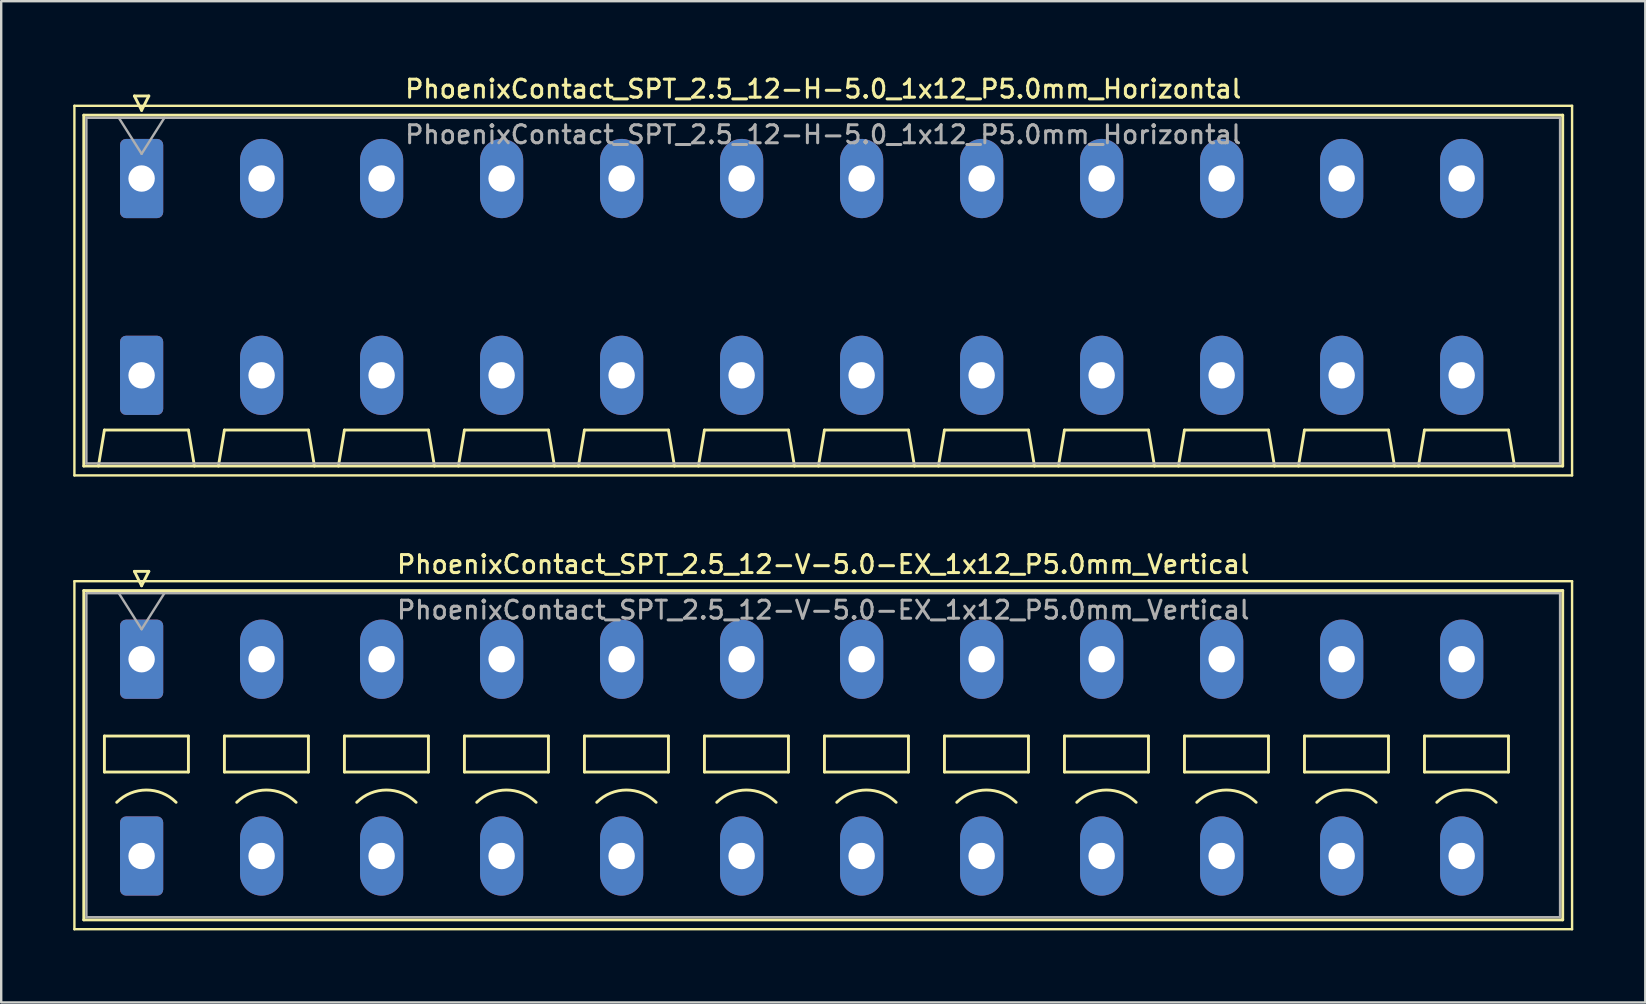
<source format=kicad_pcb>
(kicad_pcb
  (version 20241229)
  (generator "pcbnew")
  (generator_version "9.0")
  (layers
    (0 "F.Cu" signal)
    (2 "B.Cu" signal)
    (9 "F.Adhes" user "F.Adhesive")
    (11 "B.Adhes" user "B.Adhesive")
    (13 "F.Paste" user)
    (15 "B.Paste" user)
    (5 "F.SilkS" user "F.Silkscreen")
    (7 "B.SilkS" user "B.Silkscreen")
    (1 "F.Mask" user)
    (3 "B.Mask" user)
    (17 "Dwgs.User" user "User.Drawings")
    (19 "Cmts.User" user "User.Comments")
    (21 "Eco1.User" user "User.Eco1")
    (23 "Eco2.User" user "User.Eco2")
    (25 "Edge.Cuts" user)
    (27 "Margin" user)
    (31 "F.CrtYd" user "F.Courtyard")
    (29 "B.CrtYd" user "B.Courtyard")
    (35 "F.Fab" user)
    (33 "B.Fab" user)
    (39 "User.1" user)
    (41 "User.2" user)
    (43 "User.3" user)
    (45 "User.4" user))
  (footprint "PhoenixContact_SPT_2.5_12-V-5.0-EX_1x12_P5.0mm_Vertical"
    (layer "F.Cu")
    (at 2.85 24.416)
    (property "Reference" "PhoenixContact_SPT_2.5_12-V-5.0-EX_1x12_P5.0mm_Vertical" (at 28.4 -3.95 0) (layer "F.SilkS") (effects (font (size 0.75 0.75) (thickness 0.125))))
    (attr through_hole)
    (fp_line (start -2.8 -3.25) (end -2.8 11.25) (stroke (width 0.1) (type solid)) (layer "F.SilkS"))
    (fp_line (start -2.8 11.25) (end 59.6 11.25) (stroke (width 0.1) (type solid)) (layer "F.SilkS"))
    (fp_line (start -2.41 -2.86) (end 59.21 -2.86) (stroke (width 0.12) (type solid)) (layer "F.SilkS"))
    (fp_line (start -2.41 10.86) (end -2.41 -2.86) (stroke (width 0.12) (type solid)) (layer "F.SilkS"))
    (fp_line (start -1.55 3.2) (end -1.55 4.7) (stroke (width 0.12) (type solid)) (layer "F.SilkS"))
    (fp_line (start -1.55 4.7) (end 1.95 4.7) (stroke (width 0.12) (type solid)) (layer "F.SilkS"))
    (fp_line (start -0.3 -3.66) (end 0 -3.06) (stroke (width 0.12) (type solid)) (layer "F.SilkS"))
    (fp_line (start -0.3 -3.66) (end 0.3 -3.66) (stroke (width 0.12) (type solid)) (layer "F.SilkS"))
    (fp_line (start 0.3 -3.66) (end 0 -3.06) (stroke (width 0.12) (type solid)) (layer "F.SilkS"))
    (fp_line (start 1.95 3.2) (end -1.55 3.2) (stroke (width 0.12) (type solid)) (layer "F.SilkS"))
    (fp_line (start 1.95 4.7) (end 1.95 3.2) (stroke (width 0.12) (type solid)) (layer "F.SilkS"))
    (fp_line (start 3.45 3.2) (end 3.45 4.7) (stroke (width 0.12) (type solid)) (layer "F.SilkS"))
    (fp_line (start 3.45 4.7) (end 6.95 4.7) (stroke (width 0.12) (type solid)) (layer "F.SilkS"))
    (fp_line (start 6.95 3.2) (end 3.45 3.2) (stroke (width 0.12) (type solid)) (layer "F.SilkS"))
    (fp_line (start 6.95 4.7) (end 6.95 3.2) (stroke (width 0.12) (type solid)) (layer "F.SilkS"))
    (fp_line (start 8.45 3.2) (end 8.45 4.7) (stroke (width 0.12) (type solid)) (layer "F.SilkS"))
    (fp_line (start 8.45 4.7) (end 11.95 4.7) (stroke (width 0.12) (type solid)) (layer "F.SilkS"))
    (fp_line (start 11.95 3.2) (end 8.45 3.2) (stroke (width 0.12) (type solid)) (layer "F.SilkS"))
    (fp_line (start 11.95 4.7) (end 11.95 3.2) (stroke (width 0.12) (type solid)) (layer "F.SilkS"))
    (fp_line (start 13.45 3.2) (end 13.45 4.7) (stroke (width 0.12) (type solid)) (layer "F.SilkS"))
    (fp_line (start 13.45 4.7) (end 16.95 4.7) (stroke (width 0.12) (type solid)) (layer "F.SilkS"))
    (fp_line (start 16.95 3.2) (end 13.45 3.2) (stroke (width 0.12) (type solid)) (layer "F.SilkS"))
    (fp_line (start 16.95 4.7) (end 16.95 3.2) (stroke (width 0.12) (type solid)) (layer "F.SilkS"))
    (fp_line (start 18.45 3.2) (end 18.45 4.7) (stroke (width 0.12) (type solid)) (layer "F.SilkS"))
    (fp_line (start 18.45 4.7) (end 21.95 4.7) (stroke (width 0.12) (type solid)) (layer "F.SilkS"))
    (fp_line (start 21.95 3.2) (end 18.45 3.2) (stroke (width 0.12) (type solid)) (layer "F.SilkS"))
    (fp_line (start 21.95 4.7) (end 21.95 3.2) (stroke (width 0.12) (type solid)) (layer "F.SilkS"))
    (fp_line (start 23.45 3.2) (end 23.45 4.7) (stroke (width 0.12) (type solid)) (layer "F.SilkS"))
    (fp_line (start 23.45 4.7) (end 26.95 4.7) (stroke (width 0.12) (type solid)) (layer "F.SilkS"))
    (fp_line (start 26.95 3.2) (end 23.45 3.2) (stroke (width 0.12) (type solid)) (layer "F.SilkS"))
    (fp_line (start 26.95 4.7) (end 26.95 3.2) (stroke (width 0.12) (type solid)) (layer "F.SilkS"))
    (fp_line (start 28.45 3.2) (end 28.45 4.7) (stroke (width 0.12) (type solid)) (layer "F.SilkS"))
    (fp_line (start 28.45 4.7) (end 31.95 4.7) (stroke (width 0.12) (type solid)) (layer "F.SilkS"))
    (fp_line (start 31.95 3.2) (end 28.45 3.2) (stroke (width 0.12) (type solid)) (layer "F.SilkS"))
    (fp_line (start 31.95 4.7) (end 31.95 3.2) (stroke (width 0.12) (type solid)) (layer "F.SilkS"))
    (fp_line (start 33.45 3.2) (end 33.45 4.7) (stroke (width 0.12) (type solid)) (layer "F.SilkS"))
    (fp_line (start 33.45 4.7) (end 36.95 4.7) (stroke (width 0.12) (type solid)) (layer "F.SilkS"))
    (fp_line (start 36.95 3.2) (end 33.45 3.2) (stroke (width 0.12) (type solid)) (layer "F.SilkS"))
    (fp_line (start 36.95 4.7) (end 36.95 3.2) (stroke (width 0.12) (type solid)) (layer "F.SilkS"))
    (fp_line (start 38.45 3.2) (end 38.45 4.7) (stroke (width 0.12) (type solid)) (layer "F.SilkS"))
    (fp_line (start 38.45 4.7) (end 41.95 4.7) (stroke (width 0.12) (type solid)) (layer "F.SilkS"))
    (fp_line (start 41.95 3.2) (end 38.45 3.2) (stroke (width 0.12) (type solid)) (layer "F.SilkS"))
    (fp_line (start 41.95 4.7) (end 41.95 3.2) (stroke (width 0.12) (type solid)) (layer "F.SilkS"))
    (fp_line (start 43.45 3.2) (end 43.45 4.7) (stroke (width 0.12) (type solid)) (layer "F.SilkS"))
    (fp_line (start 43.45 4.7) (end 46.95 4.7) (stroke (width 0.12) (type solid)) (layer "F.SilkS"))
    (fp_line (start 46.95 3.2) (end 43.45 3.2) (stroke (width 0.12) (type solid)) (layer "F.SilkS"))
    (fp_line (start 46.95 4.7) (end 46.95 3.2) (stroke (width 0.12) (type solid)) (layer "F.SilkS"))
    (fp_line (start 48.45 3.2) (end 48.45 4.7) (stroke (width 0.12) (type solid)) (layer "F.SilkS"))
    (fp_line (start 48.45 4.7) (end 51.95 4.7) (stroke (width 0.12) (type solid)) (layer "F.SilkS"))
    (fp_line (start 51.95 3.2) (end 48.45 3.2) (stroke (width 0.12) (type solid)) (layer "F.SilkS"))
    (fp_line (start 51.95 4.7) (end 51.95 3.2) (stroke (width 0.12) (type solid)) (layer "F.SilkS"))
    (fp_line (start 53.45 3.2) (end 53.45 4.7) (stroke (width 0.12) (type solid)) (layer "F.SilkS"))
    (fp_line (start 53.45 4.7) (end 56.95 4.7) (stroke (width 0.12) (type solid)) (layer "F.SilkS"))
    (fp_line (start 56.95 3.2) (end 53.45 3.2) (stroke (width 0.12) (type solid)) (layer "F.SilkS"))
    (fp_line (start 56.95 4.7) (end 56.95 3.2) (stroke (width 0.12) (type solid)) (layer "F.SilkS"))
    (fp_line (start 59.21 -2.86) (end 59.21 10.86) (stroke (width 0.12) (type solid)) (layer "F.SilkS"))
    (fp_line (start 59.21 10.86) (end -2.41 10.86) (stroke (width 0.12) (type solid)) (layer "F.SilkS"))
    (fp_line (start 59.6 -3.25) (end -2.8 -3.25) (stroke (width 0.1) (type solid)) (layer "F.SilkS"))
    (fp_line (start 59.6 11.25) (end 59.6 -3.25) (stroke (width 0.1) (type solid)) (layer "F.SilkS"))
    (fp_arc (start -1.037437 5.962563) (mid 0.2 5.45) (end 1.437437 5.962563) (stroke (width 0.12) (type solid)) (layer "F.SilkS"))
    (fp_arc (start 3.962563 5.962563) (mid 5.2 5.45) (end 6.437437 5.962563) (stroke (width 0.12) (type solid)) (layer "F.SilkS"))
    (fp_arc (start 8.962563 5.962563) (mid 10.2 5.45) (end 11.437437 5.962563) (stroke (width 0.12) (type solid)) (layer "F.SilkS"))
    (fp_arc (start 13.962563 5.962563) (mid 15.2 5.45) (end 16.437437 5.962563) (stroke (width 0.12) (type solid)) (layer "F.SilkS"))
    (fp_arc (start 18.962563 5.962563) (mid 20.2 5.45) (end 21.437437 5.962563) (stroke (width 0.12) (type solid)) (layer "F.SilkS"))
    (fp_arc (start 23.962563 5.962563) (mid 25.2 5.45) (end 26.437437 5.962563) (stroke (width 0.12) (type solid)) (layer "F.SilkS"))
    (fp_arc (start 28.962563 5.962563) (mid 30.2 5.45) (end 31.437437 5.962563) (stroke (width 0.12) (type solid)) (layer "F.SilkS"))
    (fp_arc (start 33.962563 5.962563) (mid 35.2 5.45) (end 36.437437 5.962563) (stroke (width 0.12) (type solid)) (layer "F.SilkS"))
    (fp_arc (start 38.962563 5.962563) (mid 40.2 5.45) (end 41.437437 5.962563) (stroke (width 0.12) (type solid)) (layer "F.SilkS"))
    (fp_arc (start 43.962563 5.962563) (mid 45.2 5.45) (end 46.437437 5.962563) (stroke (width 0.12) (type solid)) (layer "F.SilkS"))
    (fp_arc (start 48.962563 5.962563) (mid 50.2 5.45) (end 51.437437 5.962563) (stroke (width 0.12) (type solid)) (layer "F.SilkS"))
    (fp_arc (start 53.962563 5.962563) (mid 55.2 5.45) (end 56.437437 5.962563) (stroke (width 0.12) (type solid)) (layer "F.SilkS"))
    (fp_line (start -2.3 -2.75) (end -2.3 10.75) (stroke (width 0.1) (type solid)) (layer "F.Fab"))
    (fp_line (start -2.3 10.75) (end 59.1 10.75) (stroke (width 0.1) (type solid)) (layer "F.Fab"))
    (fp_line (start -0.95 -2.75) (end 0 -1.25) (stroke (width 0.1) (type solid)) (layer "F.Fab"))
    (fp_line (start 0.95 -2.75) (end 0 -1.25) (stroke (width 0.1) (type solid)) (layer "F.Fab"))
    (fp_line (start 59.1 -2.75) (end -2.3 -2.75) (stroke (width 0.1) (type solid)) (layer "F.Fab"))
    (fp_line (start 59.1 10.75) (end 59.1 -2.75) (stroke (width 0.1) (type solid)) (layer "F.Fab"))
    (fp_text user "${REFERENCE}" (at 28.4 -2.05 0) (layer "F.Fab") (effects (font (size 0.75 0.75) (thickness 0.125))))
    (pad "1" thru_hole roundrect (at 0 0) (size 1.8 3.3) (drill 1.1) (layers "*.Cu" "*.Mask") (roundrect_rratio 0.139))
    (pad "1" thru_hole roundrect (at 0 8.2) (size 1.8 3.3) (drill 1.1) (layers "*.Cu" "*.Mask") (roundrect_rratio 0.139))
    (pad "2" thru_hole oval (at 5 0) (size 1.8 3.3) (drill 1.1) (layers "*.Cu" "*.Mask"))
    (pad "2" thru_hole oval (at 5 8.2) (size 1.8 3.3) (drill 1.1) (layers "*.Cu" "*.Mask"))
    (pad "3" thru_hole oval (at 10 0) (size 1.8 3.3) (drill 1.1) (layers "*.Cu" "*.Mask"))
    (pad "3" thru_hole oval (at 10 8.2) (size 1.8 3.3) (drill 1.1) (layers "*.Cu" "*.Mask"))
    (pad "4" thru_hole oval (at 15 0) (size 1.8 3.3) (drill 1.1) (layers "*.Cu" "*.Mask"))
    (pad "4" thru_hole oval (at 15 8.2) (size 1.8 3.3) (drill 1.1) (layers "*.Cu" "*.Mask"))
    (pad "5" thru_hole oval (at 20 0) (size 1.8 3.3) (drill 1.1) (layers "*.Cu" "*.Mask"))
    (pad "5" thru_hole oval (at 20 8.2) (size 1.8 3.3) (drill 1.1) (layers "*.Cu" "*.Mask"))
    (pad "6" thru_hole oval (at 25 0) (size 1.8 3.3) (drill 1.1) (layers "*.Cu" "*.Mask"))
    (pad "6" thru_hole oval (at 25 8.2) (size 1.8 3.3) (drill 1.1) (layers "*.Cu" "*.Mask"))
    (pad "7" thru_hole oval (at 30 0) (size 1.8 3.3) (drill 1.1) (layers "*.Cu" "*.Mask"))
    (pad "7" thru_hole oval (at 30 8.2) (size 1.8 3.3) (drill 1.1) (layers "*.Cu" "*.Mask"))
    (pad "8" thru_hole oval (at 35 0) (size 1.8 3.3) (drill 1.1) (layers "*.Cu" "*.Mask"))
    (pad "8" thru_hole oval (at 35 8.2) (size 1.8 3.3) (drill 1.1) (layers "*.Cu" "*.Mask"))
    (pad "9" thru_hole oval (at 40 0) (size 1.8 3.3) (drill 1.1) (layers "*.Cu" "*.Mask"))
    (pad "9" thru_hole oval (at 40 8.2) (size 1.8 3.3) (drill 1.1) (layers "*.Cu" "*.Mask"))
    (pad "10" thru_hole oval (at 45 0) (size 1.8 3.3) (drill 1.1) (layers "*.Cu" "*.Mask"))
    (pad "10" thru_hole oval (at 45 8.2) (size 1.8 3.3) (drill 1.1) (layers "*.Cu" "*.Mask"))
    (pad "11" thru_hole oval (at 50 0) (size 1.8 3.3) (drill 1.1) (layers "*.Cu" "*.Mask"))
    (pad "11" thru_hole oval (at 50 8.2) (size 1.8 3.3) (drill 1.1) (layers "*.Cu" "*.Mask"))
    (pad "12" thru_hole oval (at 55 0) (size 1.8 3.3) (drill 1.1) (layers "*.Cu" "*.Mask"))
    (pad "12" thru_hole oval (at 55 8.2) (size 1.8 3.3) (drill 1.1) (layers "*.Cu" "*.Mask")))
  (footprint "PhoenixContact_SPT_2.5_12-H-5.0_1x12_P5.0mm_Horizontal"
    (layer "F.Cu")
    (at 2.85 4.388)
    (property "Reference" "PhoenixContact_SPT_2.5_12-H-5.0_1x12_P5.0mm_Horizontal" (at 28.4 -3.73 0) (layer "F.SilkS") (effects (font (size 0.75 0.75) (thickness 0.125))))
    (attr through_hole)
    (fp_line (start -2.8 -3.03) (end -2.8 12.37) (stroke (width 0.1) (type solid)) (layer "F.SilkS"))
    (fp_line (start -2.8 12.37) (end 59.6 12.37) (stroke (width 0.1) (type solid)) (layer "F.SilkS"))
    (fp_line (start -2.41 -2.64) (end 59.21 -2.64) (stroke (width 0.12) (type solid)) (layer "F.SilkS"))
    (fp_line (start -2.41 11.98) (end -2.41 -2.64) (stroke (width 0.12) (type solid)) (layer "F.SilkS"))
    (fp_line (start -1.8 11.98) (end -1.55 10.48) (stroke (width 0.12) (type solid)) (layer "F.SilkS"))
    (fp_line (start -1.55 10.48) (end 1.95 10.48) (stroke (width 0.12) (type solid)) (layer "F.SilkS"))
    (fp_line (start -0.3 -3.44) (end 0 -2.84) (stroke (width 0.12) (type solid)) (layer "F.SilkS"))
    (fp_line (start -0.3 -3.44) (end 0.3 -3.44) (stroke (width 0.12) (type solid)) (layer "F.SilkS"))
    (fp_line (start 0.3 -3.44) (end 0 -2.84) (stroke (width 0.12) (type solid)) (layer "F.SilkS"))
    (fp_line (start 2.2 11.98) (end 1.95 10.48) (stroke (width 0.12) (type solid)) (layer "F.SilkS"))
    (fp_line (start 3.2 11.98) (end 3.45 10.48) (stroke (width 0.12) (type solid)) (layer "F.SilkS"))
    (fp_line (start 3.45 10.48) (end 6.95 10.48) (stroke (width 0.12) (type solid)) (layer "F.SilkS"))
    (fp_line (start 7.2 11.98) (end 6.95 10.48) (stroke (width 0.12) (type solid)) (layer "F.SilkS"))
    (fp_line (start 8.2 11.98) (end 8.45 10.48) (stroke (width 0.12) (type solid)) (layer "F.SilkS"))
    (fp_line (start 8.45 10.48) (end 11.95 10.48) (stroke (width 0.12) (type solid)) (layer "F.SilkS"))
    (fp_line (start 12.2 11.98) (end 11.95 10.48) (stroke (width 0.12) (type solid)) (layer "F.SilkS"))
    (fp_line (start 13.2 11.98) (end 13.45 10.48) (stroke (width 0.12) (type solid)) (layer "F.SilkS"))
    (fp_line (start 13.45 10.48) (end 16.95 10.48) (stroke (width 0.12) (type solid)) (layer "F.SilkS"))
    (fp_line (start 17.2 11.98) (end 16.95 10.48) (stroke (width 0.12) (type solid)) (layer "F.SilkS"))
    (fp_line (start 18.2 11.98) (end 18.45 10.48) (stroke (width 0.12) (type solid)) (layer "F.SilkS"))
    (fp_line (start 18.45 10.48) (end 21.95 10.48) (stroke (width 0.12) (type solid)) (layer "F.SilkS"))
    (fp_line (start 22.2 11.98) (end 21.95 10.48) (stroke (width 0.12) (type solid)) (layer "F.SilkS"))
    (fp_line (start 23.2 11.98) (end 23.45 10.48) (stroke (width 0.12) (type solid)) (layer "F.SilkS"))
    (fp_line (start 23.45 10.48) (end 26.95 10.48) (stroke (width 0.12) (type solid)) (layer "F.SilkS"))
    (fp_line (start 27.2 11.98) (end 26.95 10.48) (stroke (width 0.12) (type solid)) (layer "F.SilkS"))
    (fp_line (start 28.2 11.98) (end 28.45 10.48) (stroke (width 0.12) (type solid)) (layer "F.SilkS"))
    (fp_line (start 28.45 10.48) (end 31.95 10.48) (stroke (width 0.12) (type solid)) (layer "F.SilkS"))
    (fp_line (start 32.2 11.98) (end 31.95 10.48) (stroke (width 0.12) (type solid)) (layer "F.SilkS"))
    (fp_line (start 33.2 11.98) (end 33.45 10.48) (stroke (width 0.12) (type solid)) (layer "F.SilkS"))
    (fp_line (start 33.45 10.48) (end 36.95 10.48) (stroke (width 0.12) (type solid)) (layer "F.SilkS"))
    (fp_line (start 37.2 11.98) (end 36.95 10.48) (stroke (width 0.12) (type solid)) (layer "F.SilkS"))
    (fp_line (start 38.2 11.98) (end 38.45 10.48) (stroke (width 0.12) (type solid)) (layer "F.SilkS"))
    (fp_line (start 38.45 10.48) (end 41.95 10.48) (stroke (width 0.12) (type solid)) (layer "F.SilkS"))
    (fp_line (start 42.2 11.98) (end 41.95 10.48) (stroke (width 0.12) (type solid)) (layer "F.SilkS"))
    (fp_line (start 43.2 11.98) (end 43.45 10.48) (stroke (width 0.12) (type solid)) (layer "F.SilkS"))
    (fp_line (start 43.45 10.48) (end 46.95 10.48) (stroke (width 0.12) (type solid)) (layer "F.SilkS"))
    (fp_line (start 47.2 11.98) (end 46.95 10.48) (stroke (width 0.12) (type solid)) (layer "F.SilkS"))
    (fp_line (start 48.2 11.98) (end 48.45 10.48) (stroke (width 0.12) (type solid)) (layer "F.SilkS"))
    (fp_line (start 48.45 10.48) (end 51.95 10.48) (stroke (width 0.12) (type solid)) (layer "F.SilkS"))
    (fp_line (start 52.2 11.98) (end 51.95 10.48) (stroke (width 0.12) (type solid)) (layer "F.SilkS"))
    (fp_line (start 53.2 11.98) (end 53.45 10.48) (stroke (width 0.12) (type solid)) (layer "F.SilkS"))
    (fp_line (start 53.45 10.48) (end 56.95 10.48) (stroke (width 0.12) (type solid)) (layer "F.SilkS"))
    (fp_line (start 57.2 11.98) (end 56.95 10.48) (stroke (width 0.12) (type solid)) (layer "F.SilkS"))
    (fp_line (start 59.21 -2.64) (end 59.21 11.98) (stroke (width 0.12) (type solid)) (layer "F.SilkS"))
    (fp_line (start 59.21 11.98) (end -2.41 11.98) (stroke (width 0.12) (type solid)) (layer "F.SilkS"))
    (fp_line (start 59.6 -3.03) (end -2.8 -3.03) (stroke (width 0.1) (type solid)) (layer "F.SilkS"))
    (fp_line (start 59.6 12.37) (end 59.6 -3.03) (stroke (width 0.1) (type solid)) (layer "F.SilkS"))
    (fp_line (start -2.3 -2.53) (end -2.3 11.87) (stroke (width 0.1) (type solid)) (layer "F.Fab"))
    (fp_line (start -2.3 11.87) (end 59.1 11.87) (stroke (width 0.1) (type solid)) (layer "F.Fab"))
    (fp_line (start -0.95 -2.53) (end 0 -1.03) (stroke (width 0.1) (type solid)) (layer "F.Fab"))
    (fp_line (start 0.95 -2.53) (end 0 -1.03) (stroke (width 0.1) (type solid)) (layer "F.Fab"))
    (fp_line (start 59.1 -2.53) (end -2.3 -2.53) (stroke (width 0.1) (type solid)) (layer "F.Fab"))
    (fp_line (start 59.1 11.87) (end 59.1 -2.53) (stroke (width 0.1) (type solid)) (layer "F.Fab"))
    (fp_text user "${REFERENCE}" (at 28.4 -1.83 0) (layer "F.Fab") (effects (font (size 0.75 0.75) (thickness 0.125))))
    (pad "1" thru_hole roundrect (at 0 0) (size 1.8 3.3) (drill 1.1) (layers "*.Cu" "*.Mask") (roundrect_rratio 0.139))
    (pad "1" thru_hole roundrect (at 0 8.2) (size 1.8 3.3) (drill 1.1) (layers "*.Cu" "*.Mask") (roundrect_rratio 0.139))
    (pad "2" thru_hole oval (at 5 0) (size 1.8 3.3) (drill 1.1) (layers "*.Cu" "*.Mask"))
    (pad "2" thru_hole oval (at 5 8.2) (size 1.8 3.3) (drill 1.1) (layers "*.Cu" "*.Mask"))
    (pad "3" thru_hole oval (at 10 0) (size 1.8 3.3) (drill 1.1) (layers "*.Cu" "*.Mask"))
    (pad "3" thru_hole oval (at 10 8.2) (size 1.8 3.3) (drill 1.1) (layers "*.Cu" "*.Mask"))
    (pad "4" thru_hole oval (at 15 0) (size 1.8 3.3) (drill 1.1) (layers "*.Cu" "*.Mask"))
    (pad "4" thru_hole oval (at 15 8.2) (size 1.8 3.3) (drill 1.1) (layers "*.Cu" "*.Mask"))
    (pad "5" thru_hole oval (at 20 0) (size 1.8 3.3) (drill 1.1) (layers "*.Cu" "*.Mask"))
    (pad "5" thru_hole oval (at 20 8.2) (size 1.8 3.3) (drill 1.1) (layers "*.Cu" "*.Mask"))
    (pad "6" thru_hole oval (at 25 0) (size 1.8 3.3) (drill 1.1) (layers "*.Cu" "*.Mask"))
    (pad "6" thru_hole oval (at 25 8.2) (size 1.8 3.3) (drill 1.1) (layers "*.Cu" "*.Mask"))
    (pad "7" thru_hole oval (at 30 0) (size 1.8 3.3) (drill 1.1) (layers "*.Cu" "*.Mask"))
    (pad "7" thru_hole oval (at 30 8.2) (size 1.8 3.3) (drill 1.1) (layers "*.Cu" "*.Mask"))
    (pad "8" thru_hole oval (at 35 0) (size 1.8 3.3) (drill 1.1) (layers "*.Cu" "*.Mask"))
    (pad "8" thru_hole oval (at 35 8.2) (size 1.8 3.3) (drill 1.1) (layers "*.Cu" "*.Mask"))
    (pad "9" thru_hole oval (at 40 0) (size 1.8 3.3) (drill 1.1) (layers "*.Cu" "*.Mask"))
    (pad "9" thru_hole oval (at 40 8.2) (size 1.8 3.3) (drill 1.1) (layers "*.Cu" "*.Mask"))
    (pad "10" thru_hole oval (at 45 0) (size 1.8 3.3) (drill 1.1) (layers "*.Cu" "*.Mask"))
    (pad "10" thru_hole oval (at 45 8.2) (size 1.8 3.3) (drill 1.1) (layers "*.Cu" "*.Mask"))
    (pad "11" thru_hole oval (at 50 0) (size 1.8 3.3) (drill 1.1) (layers "*.Cu" "*.Mask"))
    (pad "11" thru_hole oval (at 50 8.2) (size 1.8 3.3) (drill 1.1) (layers "*.Cu" "*.Mask"))
    (pad "12" thru_hole oval (at 55 0) (size 1.8 3.3) (drill 1.1) (layers "*.Cu" "*.Mask"))
    (pad "12" thru_hole oval (at 55 8.2) (size 1.8 3.3) (drill 1.1) (layers "*.Cu" "*.Mask")))
  (gr_rect
    (start -3 -3)
    (end 65.5 38.716)
    (stroke (width 0.1) (type default))
    (fill no)
    (layer "Edge.Cuts")))
</source>
